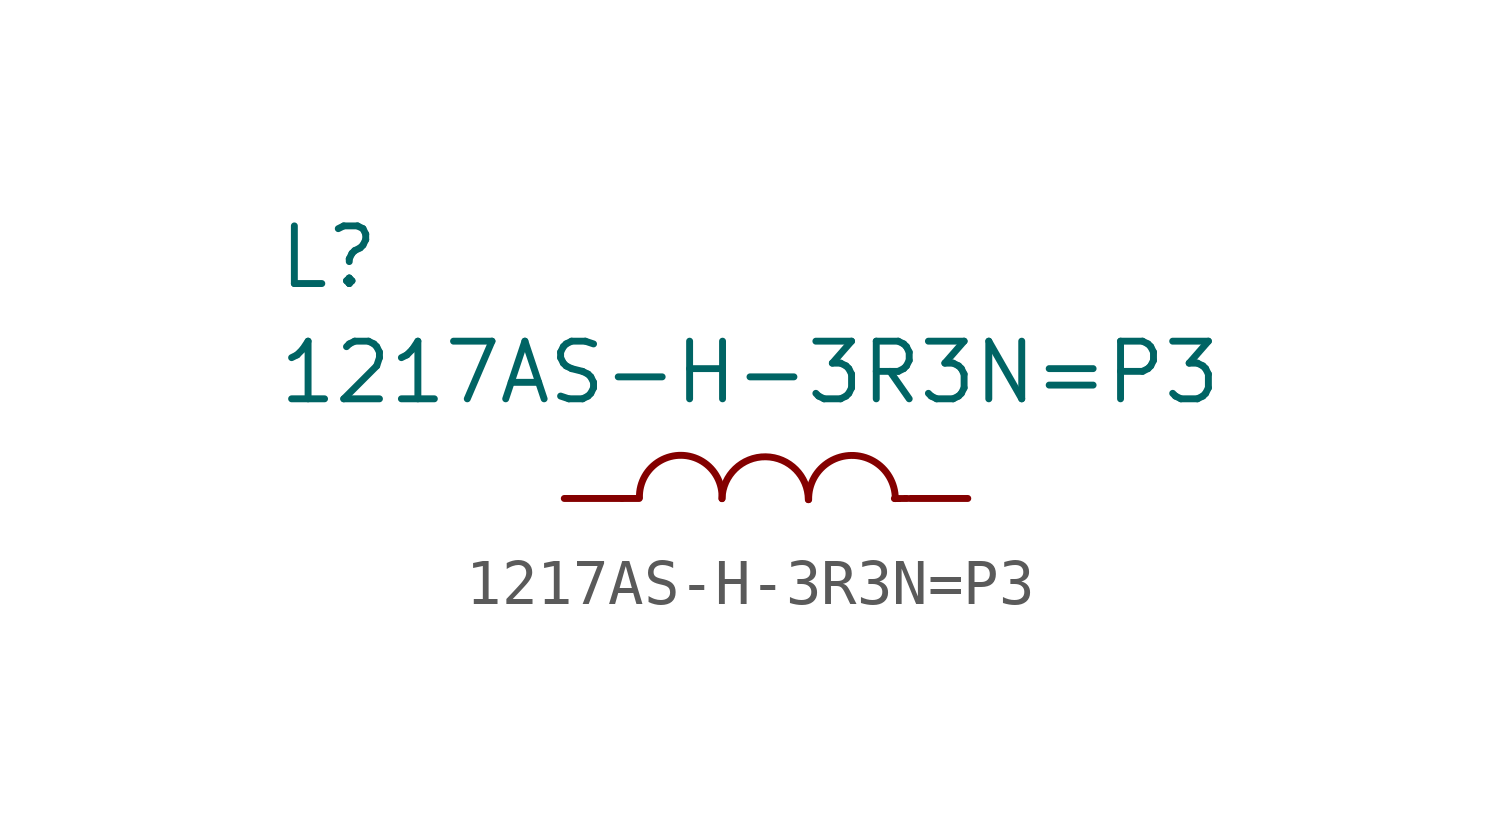
<source format=kicad_sym>
(kicad_symbol_lib
  (version 20241209)
  (generator "kicad_symbol_editor")
  (generator_version "9.0")
  (symbol "1217AS-H-3R3N=P3"
    (pin_numbers
      (hide yes))
    (pin_names
      (offset 1.016)
      (hide yes))
    (property "Reference" "L"
      (at -6.35 4.572 0)
      (effects (font (size 1.27 1.27)) (justify left bottom)))
    (property "Value" "1217AS-H-3R3N=P3"
      (at -6.35 2.032 0)
      (effects (font (size 1.27 1.27)) (justify left bottom)))
    (symbol "1217AS-H-3R3N=P3_0_1"
      (polyline (pts (xy 1.27 0) (xy 1.65 0)) (stroke (width 0) (type default)) (fill (type none)))
      (arc (start 1.6558 0.0222) (mid 2.577 0.9523) (end 3.4736 -0.0015) (stroke (width 0) (type default)) (fill (type none)))
      (arc (start 3.4751 -0.0051) (mid 4.4361 0.9182) (end 5.3753 -0.0273) (stroke (width 0) (type default)) (fill (type none)))
      (arc (start 5.384 -0.0258) (mid 6.3277 0.9484) (end 7.2938 -0.0036) (stroke (width 0) (type default)) (fill (type none)))
      (polyline (pts (xy 7.273 -0.002) (xy 7.556 0)) (stroke (width 0) (type default)) (fill (type none))))
    (symbol "1217AS-H-3R3N=P3_1_0"
      (pin passive line (at 0 0 0) (length 1.27) (name "~" (effects (font (size 1.016 1.016)))) (number "1" (effects (font (size 1.016 1.016)))))
      (pin passive line (at 8.89 0 180) (length 1.27) (name "~" (effects (font (size 1.016 1.016)))) (number "2" (effects (font (size 1.016 1.016))))))))
</source>
